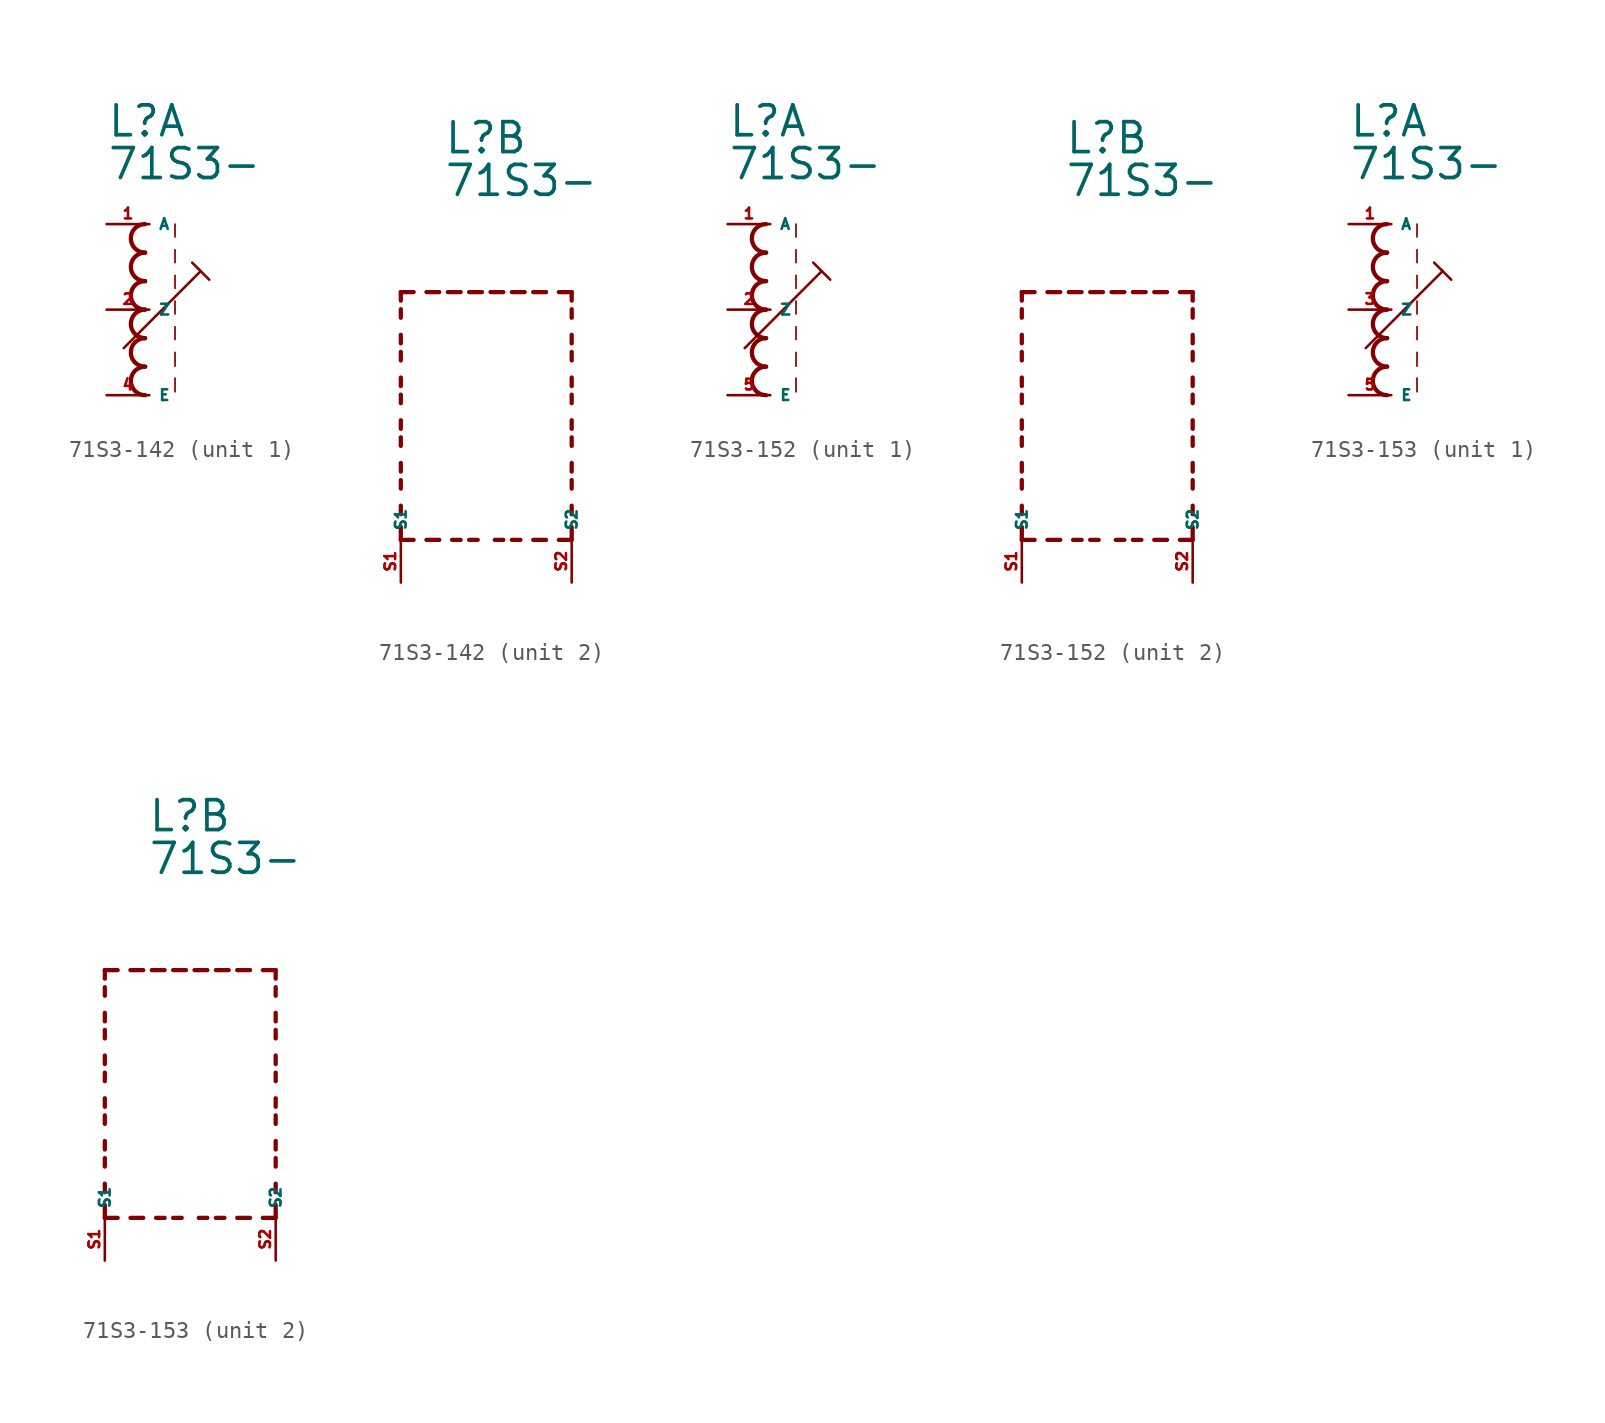
<source format=kicad_sym>
(kicad_symbol_lib
  (version 20220914)
  (generator kicad_symbol_editor)
  (symbol "71S3-142"
    (property "Reference" "L"
      (at -2.54 10.16 0)
      (effects (font (size 1.778 1.778) (thickness 0.22)) (justify left bottom)))
    (property "Value" "71S3-"
      (at -2.54 7.62 0)
      (effects (font (size 1.778 1.778) (thickness 0.22)) (justify left bottom)))
    (symbol "71S3-142_1_0"
      (arc (start -0.254 -3.3866) (mid -1.1004 -4.2333) (end -0.254 -5.08) (stroke (width 0.254) (type default)) (fill (type none)))
      (arc (start -0.254 -1.6932) (mid -1.1004 -2.5399) (end -0.254 -3.3866) (stroke (width 0.254) (type default)) (fill (type none)))
      (arc (start -0.254 0) (mid -1.1004 -0.8467) (end -0.254 -1.6934) (stroke (width 0.254) (type default)) (fill (type none)))
      (arc (start -0.254 1.6934) (mid -1.1004 0.8467) (end -0.254 0) (stroke (width 0.254) (type default)) (fill (type none)))
      (arc (start -0.254 3.3866) (mid -1.1002 2.54) (end -0.254 1.6934) (stroke (width 0.254) (type default)) (fill (type none)))
      (arc (start -0.254 5.08) (mid -1.1004 4.2333) (end -0.254 3.3866) (stroke (width 0.254) (type default)) (fill (type none)))
      (polyline (pts (xy -1.524 -2.286) (xy 3.048 2.286)) (stroke (width 0.152) (type default)) (fill (type none)))
      (polyline (pts (xy 1.524 -4.064) (xy 1.524 -4.88)) (stroke (width 0.102) (type default)) (fill (type none)))
      (polyline (pts (xy 1.524 -2.54) (xy 1.524 -3.356)) (stroke (width 0.102) (type default)) (fill (type none)))
      (polyline (pts (xy 1.524 -1.016) (xy 1.524 -1.778)) (stroke (width 0.102) (type default)) (fill (type none)))
      (polyline (pts (xy 1.524 0.508) (xy 1.524 -0.254)) (stroke (width 0.102) (type default)) (fill (type none)))
      (polyline (pts (xy 1.524 2.032) (xy 1.524 1.27)) (stroke (width 0.102) (type default)) (fill (type none)))
      (polyline (pts (xy 1.524 3.556) (xy 1.524 2.794)) (stroke (width 0.102) (type default)) (fill (type none)))
      (polyline (pts (xy 1.524 5.08) (xy 1.524 4.318)) (stroke (width 0.102) (type default)) (fill (type none)))
      (polyline (pts (xy 2.54 2.794) (xy 3.048 2.286)) (stroke (width 0.152) (type default)) (fill (type none)))
      (polyline (pts (xy 3.048 2.286) (xy 3.556 1.778)) (stroke (width 0.152) (type default)) (fill (type none)))
      (pin passive line (at -2.54 5.08 0) (length 2.54) (name "A" (effects (font (size 0.635 0.635)))) (number "1" (effects (font (size 0.635 0.635)))))
      (pin passive line (at -2.54 0 0) (length 2.54) (name "Z" (effects (font (size 0.635 0.635)))) (number "2" (effects (font (size 0.635 0.635)))))
      (pin passive line (at -2.54 -5.08 0) (length 2.54) (name "E" (effects (font (size 0.635 0.635)))) (number "4" (effects (font (size 0.635 0.635))))))
    (symbol "71S3-142_2_0"
      (polyline (pts (xy -5.08 -12.7) (xy -5.08 -11.938)) (stroke (width 0.254) (type default)) (fill (type none)))
      (polyline (pts (xy -5.08 -12.7) (xy -4.318 -12.7)) (stroke (width 0.254) (type default)) (fill (type none)))
      (polyline (pts (xy -5.08 -11.176) (xy -5.08 -10.668)) (stroke (width 0.254) (type default)) (fill (type none)))
      (polyline (pts (xy -5.08 -9.652) (xy -5.08 -9.144)) (stroke (width 0.254) (type default)) (fill (type none)))
      (polyline (pts (xy -5.08 -8.636) (xy -5.08 -8.128)) (stroke (width 0.254) (type default)) (fill (type none)))
      (polyline (pts (xy -5.08 -7.112) (xy -5.08 -6.604)) (stroke (width 0.254) (type default)) (fill (type none)))
      (polyline (pts (xy -5.08 -6.096) (xy -5.08 -5.588)) (stroke (width 0.254) (type default)) (fill (type none)))
      (polyline (pts (xy -5.08 -4.572) (xy -5.08 -4.064)) (stroke (width 0.254) (type default)) (fill (type none)))
      (polyline (pts (xy -5.08 -3.556) (xy -5.08 -3.048)) (stroke (width 0.254) (type default)) (fill (type none)))
      (polyline (pts (xy -5.08 -2.032) (xy -5.08 -1.524)) (stroke (width 0.254) (type default)) (fill (type none)))
      (polyline (pts (xy -5.08 -1.016) (xy -5.08 -0.508)) (stroke (width 0.254) (type default)) (fill (type none)))
      (polyline (pts (xy -5.08 0.508) (xy -5.08 1.016)) (stroke (width 0.254) (type default)) (fill (type none)))
      (polyline (pts (xy -5.08 1.524) (xy -5.08 2.032)) (stroke (width 0.254) (type default)) (fill (type none)))
      (polyline (pts (xy -5.08 2.032) (xy -4.318 2.032)) (stroke (width 0.254) (type default)) (fill (type none)))
      (polyline (pts (xy -3.556 -12.7) (xy -2.794 -12.7)) (stroke (width 0.254) (type default)) (fill (type none)))
      (polyline (pts (xy -3.556 2.032) (xy -2.794 2.032)) (stroke (width 0.254) (type default)) (fill (type none)))
      (polyline (pts (xy -1.524 -12.7) (xy -2.032 -12.7)) (stroke (width 0.254) (type default)) (fill (type none)))
      (polyline (pts (xy -1.524 2.032) (xy -2.286 2.032)) (stroke (width 0.254) (type default)) (fill (type none)))
      (polyline (pts (xy -1.016 2.032) (xy -0.254 2.032)) (stroke (width 0.254) (type default)) (fill (type none)))
      (polyline (pts (xy -0.508 -12.7) (xy -1.016 -12.7)) (stroke (width 0.254) (type default)) (fill (type none)))
      (polyline (pts (xy 1.016 -12.7) (xy 0.508 -12.7)) (stroke (width 0.254) (type default)) (fill (type none)))
      (polyline (pts (xy 1.016 2.032) (xy 0.254 2.032)) (stroke (width 0.254) (type default)) (fill (type none)))
      (polyline (pts (xy 1.524 2.032) (xy 2.286 2.032)) (stroke (width 0.254) (type default)) (fill (type none)))
      (polyline (pts (xy 2.032 -12.7) (xy 1.524 -12.7)) (stroke (width 0.254) (type default)) (fill (type none)))
      (polyline (pts (xy 3.556 -12.7) (xy 2.794 -12.7)) (stroke (width 0.254) (type default)) (fill (type none)))
      (polyline (pts (xy 3.556 2.032) (xy 2.794 2.032)) (stroke (width 0.254) (type default)) (fill (type none)))
      (polyline (pts (xy 5.08 -12.7) (xy 4.318 -12.7)) (stroke (width 0.254) (type default)) (fill (type none)))
      (polyline (pts (xy 5.08 -12.7) (xy 5.08 -11.938)) (stroke (width 0.254) (type default)) (fill (type none)))
      (polyline (pts (xy 5.08 -11.176) (xy 5.08 -10.668)) (stroke (width 0.254) (type default)) (fill (type none)))
      (polyline (pts (xy 5.08 -9.652) (xy 5.08 -9.144)) (stroke (width 0.254) (type default)) (fill (type none)))
      (polyline (pts (xy 5.08 -8.636) (xy 5.08 -8.128)) (stroke (width 0.254) (type default)) (fill (type none)))
      (polyline (pts (xy 5.08 -7.112) (xy 5.08 -6.604)) (stroke (width 0.254) (type default)) (fill (type none)))
      (polyline (pts (xy 5.08 -6.096) (xy 5.08 -5.588)) (stroke (width 0.254) (type default)) (fill (type none)))
      (polyline (pts (xy 5.08 -4.572) (xy 5.08 -4.064)) (stroke (width 0.254) (type default)) (fill (type none)))
      (polyline (pts (xy 5.08 -3.556) (xy 5.08 -3.048)) (stroke (width 0.254) (type default)) (fill (type none)))
      (polyline (pts (xy 5.08 -2.032) (xy 5.08 -1.524)) (stroke (width 0.254) (type default)) (fill (type none)))
      (polyline (pts (xy 5.08 -1.016) (xy 5.08 -0.508)) (stroke (width 0.254) (type default)) (fill (type none)))
      (polyline (pts (xy 5.08 0.508) (xy 5.08 1.016)) (stroke (width 0.254) (type default)) (fill (type none)))
      (polyline (pts (xy 5.08 1.524) (xy 5.08 2.032)) (stroke (width 0.254) (type default)) (fill (type none)))
      (polyline (pts (xy 5.08 2.032) (xy 4.318 2.032)) (stroke (width 0.254) (type default)) (fill (type none)))
      (pin passive line (at -5.08 -15.24 90) (length 2.54) (name "S1" (effects (font (size 0.635 0.635)))) (number "S1" (effects (font (size 0.635 0.635)))))
      (pin passive line (at 5.08 -15.24 90) (length 2.54) (name "S2" (effects (font (size 0.635 0.635)))) (number "S2" (effects (font (size 0.635 0.635)))))))
  (symbol "71S3-152"
    (property "Reference" "L"
      (at -2.54 10.16 0)
      (effects (font (size 1.778 1.778) (thickness 0.22)) (justify left bottom)))
    (property "Value" "71S3-"
      (at -2.54 7.62 0)
      (effects (font (size 1.778 1.778) (thickness 0.22)) (justify left bottom)))
    (symbol "71S3-152_1_0"
      (arc (start -0.254 -3.3866) (mid -1.1004 -4.2333) (end -0.254 -5.08) (stroke (width 0.254) (type default)) (fill (type none)))
      (arc (start -0.254 -1.6932) (mid -1.1004 -2.5399) (end -0.254 -3.3866) (stroke (width 0.254) (type default)) (fill (type none)))
      (arc (start -0.254 0) (mid -1.1004 -0.8467) (end -0.254 -1.6934) (stroke (width 0.254) (type default)) (fill (type none)))
      (arc (start -0.254 1.6934) (mid -1.1004 0.8467) (end -0.254 0) (stroke (width 0.254) (type default)) (fill (type none)))
      (arc (start -0.254 3.3866) (mid -1.1002 2.54) (end -0.254 1.6934) (stroke (width 0.254) (type default)) (fill (type none)))
      (arc (start -0.254 5.08) (mid -1.1004 4.2333) (end -0.254 3.3866) (stroke (width 0.254) (type default)) (fill (type none)))
      (polyline (pts (xy -1.524 -2.286) (xy 3.048 2.286)) (stroke (width 0.152) (type default)) (fill (type none)))
      (polyline (pts (xy 1.524 -4.064) (xy 1.524 -4.88)) (stroke (width 0.102) (type default)) (fill (type none)))
      (polyline (pts (xy 1.524 -2.54) (xy 1.524 -3.356)) (stroke (width 0.102) (type default)) (fill (type none)))
      (polyline (pts (xy 1.524 -1.016) (xy 1.524 -1.778)) (stroke (width 0.102) (type default)) (fill (type none)))
      (polyline (pts (xy 1.524 0.508) (xy 1.524 -0.254)) (stroke (width 0.102) (type default)) (fill (type none)))
      (polyline (pts (xy 1.524 2.032) (xy 1.524 1.27)) (stroke (width 0.102) (type default)) (fill (type none)))
      (polyline (pts (xy 1.524 3.556) (xy 1.524 2.794)) (stroke (width 0.102) (type default)) (fill (type none)))
      (polyline (pts (xy 1.524 5.08) (xy 1.524 4.318)) (stroke (width 0.102) (type default)) (fill (type none)))
      (polyline (pts (xy 2.54 2.794) (xy 3.048 2.286)) (stroke (width 0.152) (type default)) (fill (type none)))
      (polyline (pts (xy 3.048 2.286) (xy 3.556 1.778)) (stroke (width 0.152) (type default)) (fill (type none)))
      (pin passive line (at -2.54 5.08 0) (length 2.54) (name "A" (effects (font (size 0.635 0.635)))) (number "1" (effects (font (size 0.635 0.635)))))
      (pin passive line (at -2.54 0 0) (length 2.54) (name "Z" (effects (font (size 0.635 0.635)))) (number "2" (effects (font (size 0.635 0.635)))))
      (pin passive line (at -2.54 -5.08 0) (length 2.54) (name "E" (effects (font (size 0.635 0.635)))) (number "5" (effects (font (size 0.635 0.635))))))
    (symbol "71S3-152_2_0"
      (polyline (pts (xy -5.08 -12.7) (xy -5.08 -11.938)) (stroke (width 0.254) (type default)) (fill (type none)))
      (polyline (pts (xy -5.08 -12.7) (xy -4.318 -12.7)) (stroke (width 0.254) (type default)) (fill (type none)))
      (polyline (pts (xy -5.08 -11.176) (xy -5.08 -10.668)) (stroke (width 0.254) (type default)) (fill (type none)))
      (polyline (pts (xy -5.08 -9.652) (xy -5.08 -9.144)) (stroke (width 0.254) (type default)) (fill (type none)))
      (polyline (pts (xy -5.08 -8.636) (xy -5.08 -8.128)) (stroke (width 0.254) (type default)) (fill (type none)))
      (polyline (pts (xy -5.08 -7.112) (xy -5.08 -6.604)) (stroke (width 0.254) (type default)) (fill (type none)))
      (polyline (pts (xy -5.08 -6.096) (xy -5.08 -5.588)) (stroke (width 0.254) (type default)) (fill (type none)))
      (polyline (pts (xy -5.08 -4.572) (xy -5.08 -4.064)) (stroke (width 0.254) (type default)) (fill (type none)))
      (polyline (pts (xy -5.08 -3.556) (xy -5.08 -3.048)) (stroke (width 0.254) (type default)) (fill (type none)))
      (polyline (pts (xy -5.08 -2.032) (xy -5.08 -1.524)) (stroke (width 0.254) (type default)) (fill (type none)))
      (polyline (pts (xy -5.08 -1.016) (xy -5.08 -0.508)) (stroke (width 0.254) (type default)) (fill (type none)))
      (polyline (pts (xy -5.08 0.508) (xy -5.08 1.016)) (stroke (width 0.254) (type default)) (fill (type none)))
      (polyline (pts (xy -5.08 1.524) (xy -5.08 2.032)) (stroke (width 0.254) (type default)) (fill (type none)))
      (polyline (pts (xy -5.08 2.032) (xy -4.318 2.032)) (stroke (width 0.254) (type default)) (fill (type none)))
      (polyline (pts (xy -3.556 -12.7) (xy -2.794 -12.7)) (stroke (width 0.254) (type default)) (fill (type none)))
      (polyline (pts (xy -3.556 2.032) (xy -2.794 2.032)) (stroke (width 0.254) (type default)) (fill (type none)))
      (polyline (pts (xy -1.524 -12.7) (xy -2.032 -12.7)) (stroke (width 0.254) (type default)) (fill (type none)))
      (polyline (pts (xy -1.524 2.032) (xy -2.286 2.032)) (stroke (width 0.254) (type default)) (fill (type none)))
      (polyline (pts (xy -1.016 2.032) (xy -0.254 2.032)) (stroke (width 0.254) (type default)) (fill (type none)))
      (polyline (pts (xy -0.508 -12.7) (xy -1.016 -12.7)) (stroke (width 0.254) (type default)) (fill (type none)))
      (polyline (pts (xy 1.016 -12.7) (xy 0.508 -12.7)) (stroke (width 0.254) (type default)) (fill (type none)))
      (polyline (pts (xy 1.016 2.032) (xy 0.254 2.032)) (stroke (width 0.254) (type default)) (fill (type none)))
      (polyline (pts (xy 1.524 2.032) (xy 2.286 2.032)) (stroke (width 0.254) (type default)) (fill (type none)))
      (polyline (pts (xy 2.032 -12.7) (xy 1.524 -12.7)) (stroke (width 0.254) (type default)) (fill (type none)))
      (polyline (pts (xy 3.556 -12.7) (xy 2.794 -12.7)) (stroke (width 0.254) (type default)) (fill (type none)))
      (polyline (pts (xy 3.556 2.032) (xy 2.794 2.032)) (stroke (width 0.254) (type default)) (fill (type none)))
      (polyline (pts (xy 5.08 -12.7) (xy 4.318 -12.7)) (stroke (width 0.254) (type default)) (fill (type none)))
      (polyline (pts (xy 5.08 -12.7) (xy 5.08 -11.938)) (stroke (width 0.254) (type default)) (fill (type none)))
      (polyline (pts (xy 5.08 -11.176) (xy 5.08 -10.668)) (stroke (width 0.254) (type default)) (fill (type none)))
      (polyline (pts (xy 5.08 -9.652) (xy 5.08 -9.144)) (stroke (width 0.254) (type default)) (fill (type none)))
      (polyline (pts (xy 5.08 -8.636) (xy 5.08 -8.128)) (stroke (width 0.254) (type default)) (fill (type none)))
      (polyline (pts (xy 5.08 -7.112) (xy 5.08 -6.604)) (stroke (width 0.254) (type default)) (fill (type none)))
      (polyline (pts (xy 5.08 -6.096) (xy 5.08 -5.588)) (stroke (width 0.254) (type default)) (fill (type none)))
      (polyline (pts (xy 5.08 -4.572) (xy 5.08 -4.064)) (stroke (width 0.254) (type default)) (fill (type none)))
      (polyline (pts (xy 5.08 -3.556) (xy 5.08 -3.048)) (stroke (width 0.254) (type default)) (fill (type none)))
      (polyline (pts (xy 5.08 -2.032) (xy 5.08 -1.524)) (stroke (width 0.254) (type default)) (fill (type none)))
      (polyline (pts (xy 5.08 -1.016) (xy 5.08 -0.508)) (stroke (width 0.254) (type default)) (fill (type none)))
      (polyline (pts (xy 5.08 0.508) (xy 5.08 1.016)) (stroke (width 0.254) (type default)) (fill (type none)))
      (polyline (pts (xy 5.08 1.524) (xy 5.08 2.032)) (stroke (width 0.254) (type default)) (fill (type none)))
      (polyline (pts (xy 5.08 2.032) (xy 4.318 2.032)) (stroke (width 0.254) (type default)) (fill (type none)))
      (pin passive line (at -5.08 -15.24 90) (length 2.54) (name "S1" (effects (font (size 0.635 0.635)))) (number "S1" (effects (font (size 0.635 0.635)))))
      (pin passive line (at 5.08 -15.24 90) (length 2.54) (name "S2" (effects (font (size 0.635 0.635)))) (number "S2" (effects (font (size 0.635 0.635)))))))
  (symbol "71S3-153"
    (property "Reference" "L"
      (at -2.54 10.16 0)
      (effects (font (size 1.778 1.778) (thickness 0.22)) (justify left bottom)))
    (property "Value" "71S3-"
      (at -2.54 7.62 0)
      (effects (font (size 1.778 1.778) (thickness 0.22)) (justify left bottom)))
    (symbol "71S3-153_1_0"
      (arc (start -0.254 -3.3866) (mid -1.1004 -4.2333) (end -0.254 -5.08) (stroke (width 0.254) (type default)) (fill (type none)))
      (arc (start -0.254 -1.6932) (mid -1.1004 -2.5399) (end -0.254 -3.3866) (stroke (width 0.254) (type default)) (fill (type none)))
      (arc (start -0.254 0) (mid -1.1004 -0.8467) (end -0.254 -1.6934) (stroke (width 0.254) (type default)) (fill (type none)))
      (arc (start -0.254 1.6934) (mid -1.1004 0.8467) (end -0.254 0) (stroke (width 0.254) (type default)) (fill (type none)))
      (arc (start -0.254 3.3866) (mid -1.1002 2.54) (end -0.254 1.6934) (stroke (width 0.254) (type default)) (fill (type none)))
      (arc (start -0.254 5.08) (mid -1.1004 4.2333) (end -0.254 3.3866) (stroke (width 0.254) (type default)) (fill (type none)))
      (polyline (pts (xy -1.524 -2.286) (xy 3.048 2.286)) (stroke (width 0.152) (type default)) (fill (type none)))
      (polyline (pts (xy 1.524 -4.064) (xy 1.524 -4.88)) (stroke (width 0.102) (type default)) (fill (type none)))
      (polyline (pts (xy 1.524 -2.54) (xy 1.524 -3.356)) (stroke (width 0.102) (type default)) (fill (type none)))
      (polyline (pts (xy 1.524 -1.016) (xy 1.524 -1.778)) (stroke (width 0.102) (type default)) (fill (type none)))
      (polyline (pts (xy 1.524 0.508) (xy 1.524 -0.254)) (stroke (width 0.102) (type default)) (fill (type none)))
      (polyline (pts (xy 1.524 2.032) (xy 1.524 1.27)) (stroke (width 0.102) (type default)) (fill (type none)))
      (polyline (pts (xy 1.524 3.556) (xy 1.524 2.794)) (stroke (width 0.102) (type default)) (fill (type none)))
      (polyline (pts (xy 1.524 5.08) (xy 1.524 4.318)) (stroke (width 0.102) (type default)) (fill (type none)))
      (polyline (pts (xy 2.54 2.794) (xy 3.048 2.286)) (stroke (width 0.152) (type default)) (fill (type none)))
      (polyline (pts (xy 3.048 2.286) (xy 3.556 1.778)) (stroke (width 0.152) (type default)) (fill (type none)))
      (pin passive line (at -2.54 5.08 0) (length 2.54) (name "A" (effects (font (size 0.635 0.635)))) (number "1" (effects (font (size 0.635 0.635)))))
      (pin passive line (at -2.54 0 0) (length 2.54) (name "Z" (effects (font (size 0.635 0.635)))) (number "3" (effects (font (size 0.635 0.635)))))
      (pin passive line (at -2.54 -5.08 0) (length 2.54) (name "E" (effects (font (size 0.635 0.635)))) (number "5" (effects (font (size 0.635 0.635))))))
    (symbol "71S3-153_2_0"
      (polyline (pts (xy -5.08 -12.7) (xy -5.08 -11.938)) (stroke (width 0.254) (type default)) (fill (type none)))
      (polyline (pts (xy -5.08 -12.7) (xy -4.318 -12.7)) (stroke (width 0.254) (type default)) (fill (type none)))
      (polyline (pts (xy -5.08 -11.176) (xy -5.08 -10.668)) (stroke (width 0.254) (type default)) (fill (type none)))
      (polyline (pts (xy -5.08 -9.652) (xy -5.08 -9.144)) (stroke (width 0.254) (type default)) (fill (type none)))
      (polyline (pts (xy -5.08 -8.636) (xy -5.08 -8.128)) (stroke (width 0.254) (type default)) (fill (type none)))
      (polyline (pts (xy -5.08 -7.112) (xy -5.08 -6.604)) (stroke (width 0.254) (type default)) (fill (type none)))
      (polyline (pts (xy -5.08 -6.096) (xy -5.08 -5.588)) (stroke (width 0.254) (type default)) (fill (type none)))
      (polyline (pts (xy -5.08 -4.572) (xy -5.08 -4.064)) (stroke (width 0.254) (type default)) (fill (type none)))
      (polyline (pts (xy -5.08 -3.556) (xy -5.08 -3.048)) (stroke (width 0.254) (type default)) (fill (type none)))
      (polyline (pts (xy -5.08 -2.032) (xy -5.08 -1.524)) (stroke (width 0.254) (type default)) (fill (type none)))
      (polyline (pts (xy -5.08 -1.016) (xy -5.08 -0.508)) (stroke (width 0.254) (type default)) (fill (type none)))
      (polyline (pts (xy -5.08 0.508) (xy -5.08 1.016)) (stroke (width 0.254) (type default)) (fill (type none)))
      (polyline (pts (xy -5.08 1.524) (xy -5.08 2.032)) (stroke (width 0.254) (type default)) (fill (type none)))
      (polyline (pts (xy -5.08 2.032) (xy -4.318 2.032)) (stroke (width 0.254) (type default)) (fill (type none)))
      (polyline (pts (xy -3.556 -12.7) (xy -2.794 -12.7)) (stroke (width 0.254) (type default)) (fill (type none)))
      (polyline (pts (xy -3.556 2.032) (xy -2.794 2.032)) (stroke (width 0.254) (type default)) (fill (type none)))
      (polyline (pts (xy -1.524 -12.7) (xy -2.032 -12.7)) (stroke (width 0.254) (type default)) (fill (type none)))
      (polyline (pts (xy -1.524 2.032) (xy -2.286 2.032)) (stroke (width 0.254) (type default)) (fill (type none)))
      (polyline (pts (xy -1.016 2.032) (xy -0.254 2.032)) (stroke (width 0.254) (type default)) (fill (type none)))
      (polyline (pts (xy -0.508 -12.7) (xy -1.016 -12.7)) (stroke (width 0.254) (type default)) (fill (type none)))
      (polyline (pts (xy 1.016 -12.7) (xy 0.508 -12.7)) (stroke (width 0.254) (type default)) (fill (type none)))
      (polyline (pts (xy 1.016 2.032) (xy 0.254 2.032)) (stroke (width 0.254) (type default)) (fill (type none)))
      (polyline (pts (xy 1.524 2.032) (xy 2.286 2.032)) (stroke (width 0.254) (type default)) (fill (type none)))
      (polyline (pts (xy 2.032 -12.7) (xy 1.524 -12.7)) (stroke (width 0.254) (type default)) (fill (type none)))
      (polyline (pts (xy 3.556 -12.7) (xy 2.794 -12.7)) (stroke (width 0.254) (type default)) (fill (type none)))
      (polyline (pts (xy 3.556 2.032) (xy 2.794 2.032)) (stroke (width 0.254) (type default)) (fill (type none)))
      (polyline (pts (xy 5.08 -12.7) (xy 4.318 -12.7)) (stroke (width 0.254) (type default)) (fill (type none)))
      (polyline (pts (xy 5.08 -12.7) (xy 5.08 -11.938)) (stroke (width 0.254) (type default)) (fill (type none)))
      (polyline (pts (xy 5.08 -11.176) (xy 5.08 -10.668)) (stroke (width 0.254) (type default)) (fill (type none)))
      (polyline (pts (xy 5.08 -9.652) (xy 5.08 -9.144)) (stroke (width 0.254) (type default)) (fill (type none)))
      (polyline (pts (xy 5.08 -8.636) (xy 5.08 -8.128)) (stroke (width 0.254) (type default)) (fill (type none)))
      (polyline (pts (xy 5.08 -7.112) (xy 5.08 -6.604)) (stroke (width 0.254) (type default)) (fill (type none)))
      (polyline (pts (xy 5.08 -6.096) (xy 5.08 -5.588)) (stroke (width 0.254) (type default)) (fill (type none)))
      (polyline (pts (xy 5.08 -4.572) (xy 5.08 -4.064)) (stroke (width 0.254) (type default)) (fill (type none)))
      (polyline (pts (xy 5.08 -3.556) (xy 5.08 -3.048)) (stroke (width 0.254) (type default)) (fill (type none)))
      (polyline (pts (xy 5.08 -2.032) (xy 5.08 -1.524)) (stroke (width 0.254) (type default)) (fill (type none)))
      (polyline (pts (xy 5.08 -1.016) (xy 5.08 -0.508)) (stroke (width 0.254) (type default)) (fill (type none)))
      (polyline (pts (xy 5.08 0.508) (xy 5.08 1.016)) (stroke (width 0.254) (type default)) (fill (type none)))
      (polyline (pts (xy 5.08 1.524) (xy 5.08 2.032)) (stroke (width 0.254) (type default)) (fill (type none)))
      (polyline (pts (xy 5.08 2.032) (xy 4.318 2.032)) (stroke (width 0.254) (type default)) (fill (type none)))
      (pin passive line (at -5.08 -15.24 90) (length 2.54) (name "S1" (effects (font (size 0.635 0.635)))) (number "S1" (effects (font (size 0.635 0.635)))))
      (pin passive line (at 5.08 -15.24 90) (length 2.54) (name "S2" (effects (font (size 0.635 0.635)))) (number "S2" (effects (font (size 0.635 0.635))))))))
</source>
